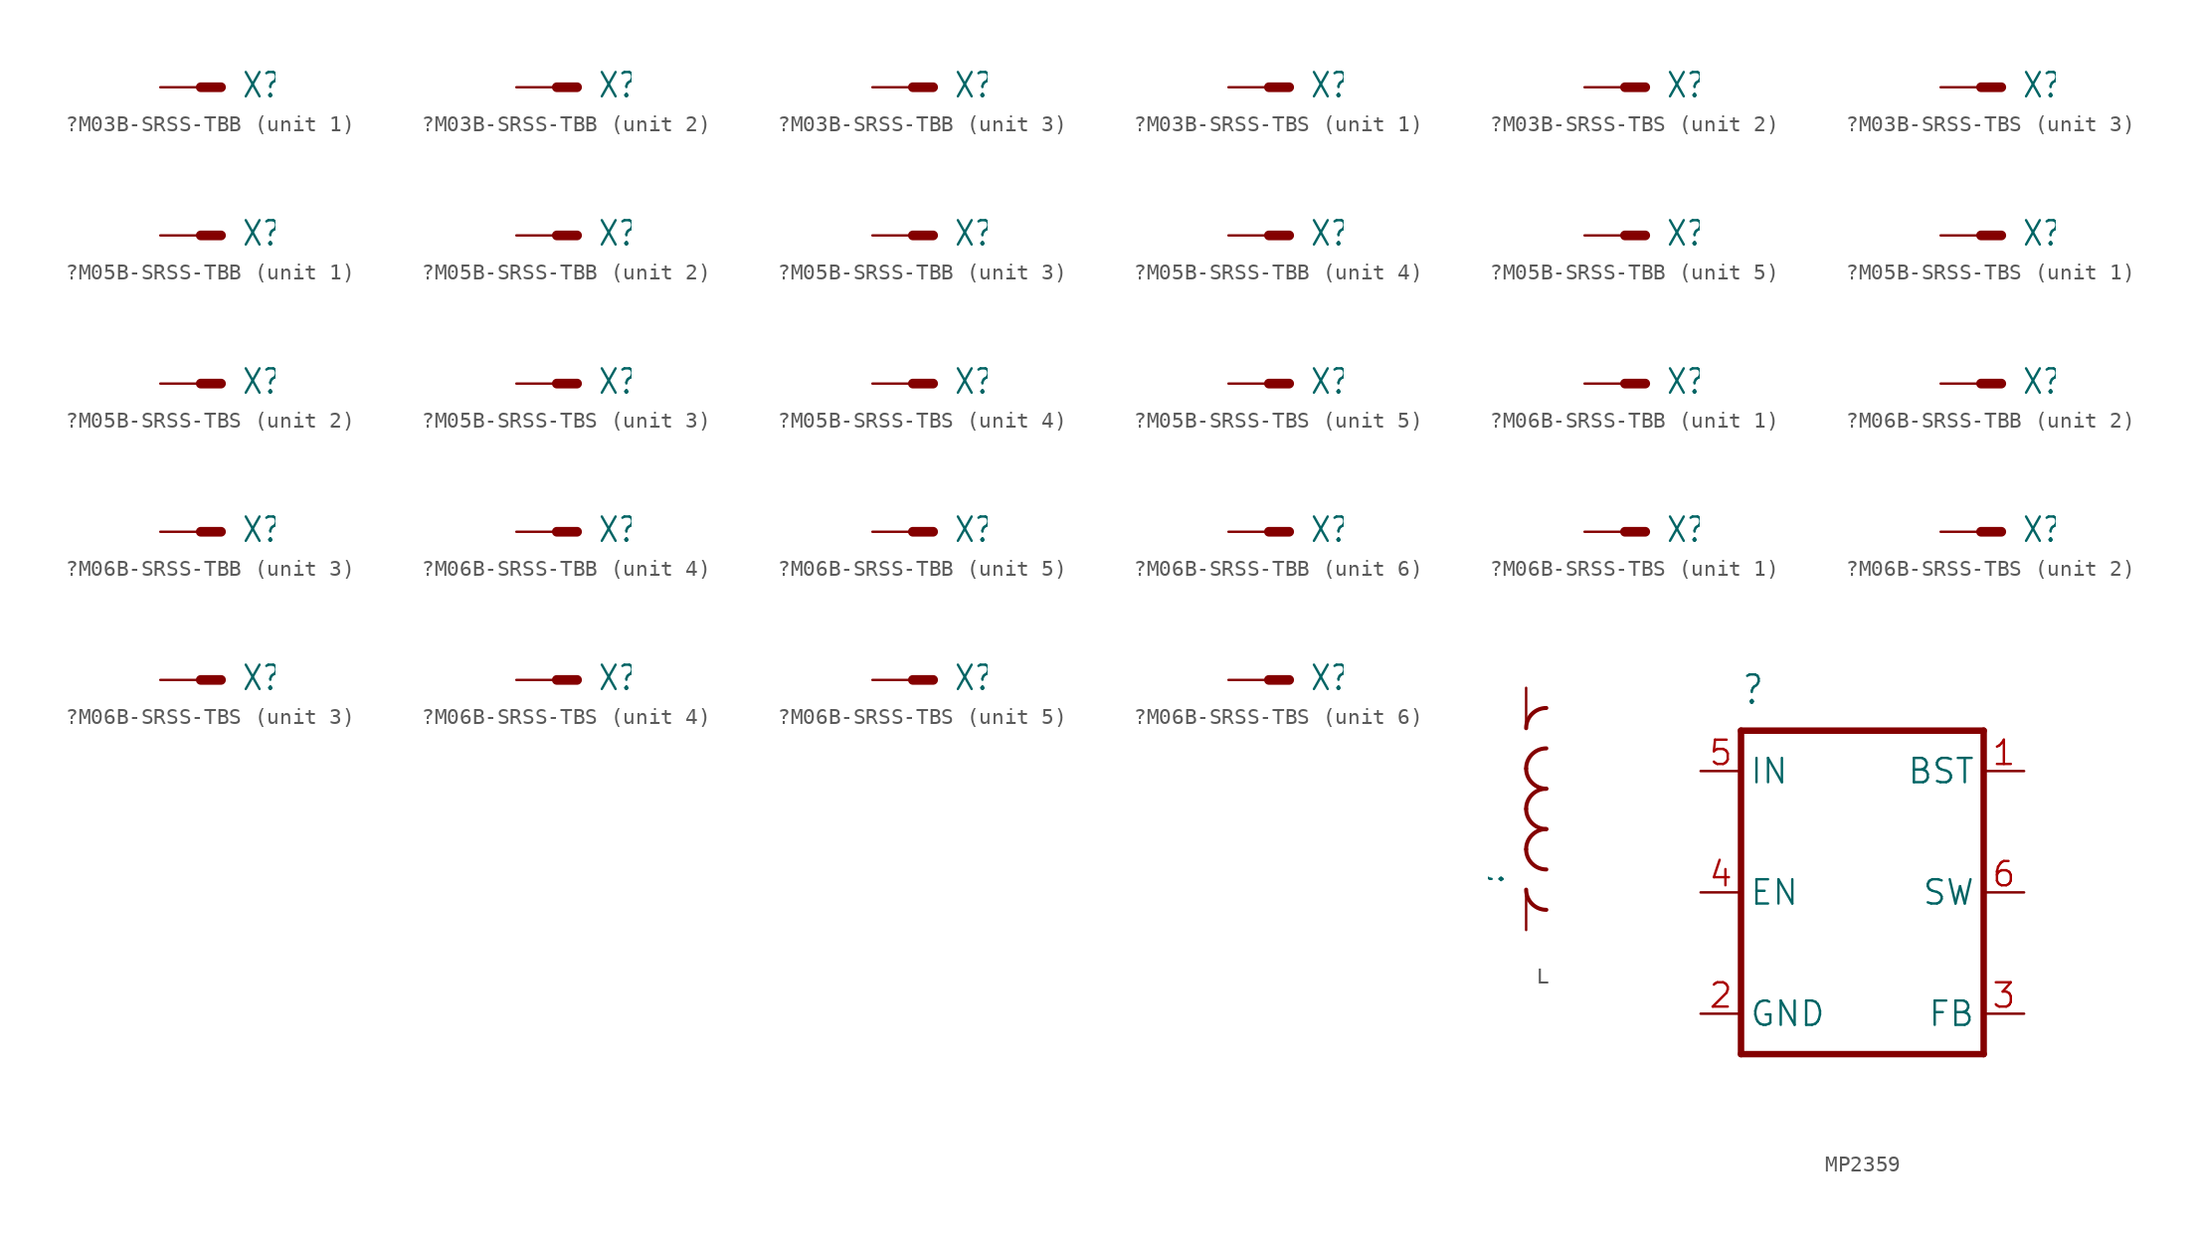
<source format=kicad_sym>
(kicad_symbol_lib
  (version 20241209)
  (generator "kicad_symbol_editor")
  (generator_version "9.0")
  (symbol "?M03B-SRSS-TBB"
    (property "Reference" "X"
      (at 2.54 -0.762 0)
      (effects (font (size 1.524 1.295)) (justify left bottom)))
    (property "ki_locked" ""
      (at 0 0 0)
      (effects (font (size 1.27 1.27))))
    (symbol "?M03B-SRSS-TBB_1_0"
      (polyline (pts (xy 1.27 0) (xy 0 0)) (stroke (width 0.61) (type solid)) (fill (type none)))
      (pin passive line (at -2.54 0 0) (length 2.54) (name "S" (effects (font (size 0 0)))) (number "1" (effects (font (size 0 0))))))
    (symbol "?M03B-SRSS-TBB_2_0"
      (polyline (pts (xy 1.27 0) (xy 0 0)) (stroke (width 0.61) (type solid)) (fill (type none)))
      (pin passive line (at -2.54 0 0) (length 2.54) (name "S" (effects (font (size 0 0)))) (number "2" (effects (font (size 0 0))))))
    (symbol "?M03B-SRSS-TBB_3_0"
      (polyline (pts (xy 1.27 0) (xy 0 0)) (stroke (width 0.61) (type solid)) (fill (type none)))
      (pin passive line (at -2.54 0 0) (length 2.54) (name "S" (effects (font (size 0 0)))) (number "3" (effects (font (size 0 0)))))))
  (symbol "?M03B-SRSS-TBS"
    (property "Reference" "X"
      (at 2.54 -0.762 0)
      (effects (font (size 1.524 1.295)) (justify left bottom)))
    (property "ki_locked" ""
      (at 0 0 0)
      (effects (font (size 1.27 1.27))))
    (symbol "?M03B-SRSS-TBS_1_0"
      (polyline (pts (xy 1.27 0) (xy 0 0)) (stroke (width 0.61) (type solid)) (fill (type none)))
      (pin passive line (at -2.54 0 0) (length 2.54) (name "S" (effects (font (size 0 0)))) (number "1" (effects (font (size 0 0))))))
    (symbol "?M03B-SRSS-TBS_2_0"
      (polyline (pts (xy 1.27 0) (xy 0 0)) (stroke (width 0.61) (type solid)) (fill (type none)))
      (pin passive line (at -2.54 0 0) (length 2.54) (name "S" (effects (font (size 0 0)))) (number "2" (effects (font (size 0 0))))))
    (symbol "?M03B-SRSS-TBS_3_0"
      (polyline (pts (xy 1.27 0) (xy 0 0)) (stroke (width 0.61) (type solid)) (fill (type none)))
      (pin passive line (at -2.54 0 0) (length 2.54) (name "S" (effects (font (size 0 0)))) (number "3" (effects (font (size 0 0)))))))
  (symbol "?M05B-SRSS-TBB"
    (property "Reference" "X"
      (at 2.54 -0.762 0)
      (effects (font (size 1.524 1.295)) (justify left bottom)))
    (property "ki_locked" ""
      (at 0 0 0)
      (effects (font (size 1.27 1.27))))
    (symbol "?M05B-SRSS-TBB_1_0"
      (polyline (pts (xy 1.27 0) (xy 0 0)) (stroke (width 0.61) (type solid)) (fill (type none)))
      (pin passive line (at -2.54 0 0) (length 2.54) (name "S" (effects (font (size 0 0)))) (number "1" (effects (font (size 0 0))))))
    (symbol "?M05B-SRSS-TBB_2_0"
      (polyline (pts (xy 1.27 0) (xy 0 0)) (stroke (width 0.61) (type solid)) (fill (type none)))
      (pin passive line (at -2.54 0 0) (length 2.54) (name "S" (effects (font (size 0 0)))) (number "2" (effects (font (size 0 0))))))
    (symbol "?M05B-SRSS-TBB_3_0"
      (polyline (pts (xy 1.27 0) (xy 0 0)) (stroke (width 0.61) (type solid)) (fill (type none)))
      (pin passive line (at -2.54 0 0) (length 2.54) (name "S" (effects (font (size 0 0)))) (number "3" (effects (font (size 0 0))))))
    (symbol "?M05B-SRSS-TBB_4_0"
      (polyline (pts (xy 1.27 0) (xy 0 0)) (stroke (width 0.61) (type solid)) (fill (type none)))
      (pin passive line (at -2.54 0 0) (length 2.54) (name "S" (effects (font (size 0 0)))) (number "4" (effects (font (size 0 0))))))
    (symbol "?M05B-SRSS-TBB_5_0"
      (polyline (pts (xy 1.27 0) (xy 0 0)) (stroke (width 0.61) (type solid)) (fill (type none)))
      (pin passive line (at -2.54 0 0) (length 2.54) (name "S" (effects (font (size 0 0)))) (number "5" (effects (font (size 0 0)))))))
  (symbol "?M05B-SRSS-TBS"
    (property "Reference" "X"
      (at 2.54 -0.762 0)
      (effects (font (size 1.524 1.295)) (justify left bottom)))
    (property "ki_locked" ""
      (at 0 0 0)
      (effects (font (size 1.27 1.27))))
    (symbol "?M05B-SRSS-TBS_1_0"
      (polyline (pts (xy 1.27 0) (xy 0 0)) (stroke (width 0.61) (type solid)) (fill (type none)))
      (pin passive line (at -2.54 0 0) (length 2.54) (name "S" (effects (font (size 0 0)))) (number "1" (effects (font (size 0 0))))))
    (symbol "?M05B-SRSS-TBS_2_0"
      (polyline (pts (xy 1.27 0) (xy 0 0)) (stroke (width 0.61) (type solid)) (fill (type none)))
      (pin passive line (at -2.54 0 0) (length 2.54) (name "S" (effects (font (size 0 0)))) (number "2" (effects (font (size 0 0))))))
    (symbol "?M05B-SRSS-TBS_3_0"
      (polyline (pts (xy 1.27 0) (xy 0 0)) (stroke (width 0.61) (type solid)) (fill (type none)))
      (pin passive line (at -2.54 0 0) (length 2.54) (name "S" (effects (font (size 0 0)))) (number "3" (effects (font (size 0 0))))))
    (symbol "?M05B-SRSS-TBS_4_0"
      (polyline (pts (xy 1.27 0) (xy 0 0)) (stroke (width 0.61) (type solid)) (fill (type none)))
      (pin passive line (at -2.54 0 0) (length 2.54) (name "S" (effects (font (size 0 0)))) (number "4" (effects (font (size 0 0))))))
    (symbol "?M05B-SRSS-TBS_5_0"
      (polyline (pts (xy 1.27 0) (xy 0 0)) (stroke (width 0.61) (type solid)) (fill (type none)))
      (pin passive line (at -2.54 0 0) (length 2.54) (name "S" (effects (font (size 0 0)))) (number "5" (effects (font (size 0 0)))))))
  (symbol "?M06B-SRSS-TBB"
    (property "Reference" "X"
      (at 2.54 -0.762 0)
      (effects (font (size 1.524 1.295)) (justify left bottom)))
    (property "ki_locked" ""
      (at 0 0 0)
      (effects (font (size 1.27 1.27))))
    (symbol "?M06B-SRSS-TBB_1_0"
      (polyline (pts (xy 1.27 0) (xy 0 0)) (stroke (width 0.61) (type solid)) (fill (type none)))
      (pin passive line (at -2.54 0 0) (length 2.54) (name "S" (effects (font (size 0 0)))) (number "1" (effects (font (size 0 0))))))
    (symbol "?M06B-SRSS-TBB_2_0"
      (polyline (pts (xy 1.27 0) (xy 0 0)) (stroke (width 0.61) (type solid)) (fill (type none)))
      (pin passive line (at -2.54 0 0) (length 2.54) (name "S" (effects (font (size 0 0)))) (number "2" (effects (font (size 0 0))))))
    (symbol "?M06B-SRSS-TBB_3_0"
      (polyline (pts (xy 1.27 0) (xy 0 0)) (stroke (width 0.61) (type solid)) (fill (type none)))
      (pin passive line (at -2.54 0 0) (length 2.54) (name "S" (effects (font (size 0 0)))) (number "3" (effects (font (size 0 0))))))
    (symbol "?M06B-SRSS-TBB_4_0"
      (polyline (pts (xy 1.27 0) (xy 0 0)) (stroke (width 0.61) (type solid)) (fill (type none)))
      (pin passive line (at -2.54 0 0) (length 2.54) (name "S" (effects (font (size 0 0)))) (number "4" (effects (font (size 0 0))))))
    (symbol "?M06B-SRSS-TBB_5_0"
      (polyline (pts (xy 1.27 0) (xy 0 0)) (stroke (width 0.61) (type solid)) (fill (type none)))
      (pin passive line (at -2.54 0 0) (length 2.54) (name "S" (effects (font (size 0 0)))) (number "5" (effects (font (size 0 0))))))
    (symbol "?M06B-SRSS-TBB_6_0"
      (polyline (pts (xy 1.27 0) (xy 0 0)) (stroke (width 0.61) (type solid)) (fill (type none)))
      (pin passive line (at -2.54 0 0) (length 2.54) (name "S" (effects (font (size 0 0)))) (number "6" (effects (font (size 0 0)))))))
  (symbol "?M06B-SRSS-TBS"
    (property "Reference" "X"
      (at 2.54 -0.762 0)
      (effects (font (size 1.524 1.295)) (justify left bottom)))
    (property "ki_locked" ""
      (at 0 0 0)
      (effects (font (size 1.27 1.27))))
    (symbol "?M06B-SRSS-TBS_1_0"
      (polyline (pts (xy 1.27 0) (xy 0 0)) (stroke (width 0.61) (type solid)) (fill (type none)))
      (pin passive line (at -2.54 0 0) (length 2.54) (name "S" (effects (font (size 0 0)))) (number "1" (effects (font (size 0 0))))))
    (symbol "?M06B-SRSS-TBS_2_0"
      (polyline (pts (xy 1.27 0) (xy 0 0)) (stroke (width 0.61) (type solid)) (fill (type none)))
      (pin passive line (at -2.54 0 0) (length 2.54) (name "S" (effects (font (size 0 0)))) (number "2" (effects (font (size 0 0))))))
    (symbol "?M06B-SRSS-TBS_3_0"
      (polyline (pts (xy 1.27 0) (xy 0 0)) (stroke (width 0.61) (type solid)) (fill (type none)))
      (pin passive line (at -2.54 0 0) (length 2.54) (name "S" (effects (font (size 0 0)))) (number "3" (effects (font (size 0 0))))))
    (symbol "?M06B-SRSS-TBS_4_0"
      (polyline (pts (xy 1.27 0) (xy 0 0)) (stroke (width 0.61) (type solid)) (fill (type none)))
      (pin passive line (at -2.54 0 0) (length 2.54) (name "S" (effects (font (size 0 0)))) (number "4" (effects (font (size 0 0))))))
    (symbol "?M06B-SRSS-TBS_5_0"
      (polyline (pts (xy 1.27 0) (xy 0 0)) (stroke (width 0.61) (type solid)) (fill (type none)))
      (pin passive line (at -2.54 0 0) (length 2.54) (name "S" (effects (font (size 0 0)))) (number "5" (effects (font (size 0 0))))))
    (symbol "?M06B-SRSS-TBS_6_0"
      (polyline (pts (xy 1.27 0) (xy 0 0)) (stroke (width 0.61) (type solid)) (fill (type none)))
      (pin passive line (at -2.54 0 0) (length 2.54) (name "S" (effects (font (size 0 0)))) (number "6" (effects (font (size 0 0)))))))
  (symbol "L"
    (property "Reference" ""
      (at -1.27 -5.08 90)
      (effects (font (size 1.778 1.511)) (justify left bottom)))
    (property "Value" ""
      (at 3.81 -5.08 90)
      (effects (font (size 1.778 1.511)) (justify left bottom)))
    (property "ki_locked" ""
      (at 0 0 0)
      (effects (font (size 1.27 1.27))))
    (symbol "L_1_0"
      (arc (start 0 5.08) (mid 0.372 5.978) (end 1.27 6.35) (stroke (width 0.254) (type solid)) (fill (type none)))
      (arc (start 0 2.54) (mid 0.372 3.438) (end 1.27 3.81) (stroke (width 0.254) (type solid)) (fill (type none)))
      (arc (start 1.27 1.27) (mid 0.372 1.642) (end 0 2.54) (stroke (width 0.254) (type solid)) (fill (type none)))
      (arc (start 0 0) (mid 0.372 0.898) (end 1.27 1.27) (stroke (width 0.254) (type solid)) (fill (type none)))
      (arc (start 1.27 -1.27) (mid 0.372 -0.898) (end 0 0) (stroke (width 0.254) (type solid)) (fill (type none)))
      (arc (start 0 -2.54) (mid 0.372 -1.642) (end 1.27 -1.27) (stroke (width 0.254) (type solid)) (fill (type none)))
      (arc (start 1.27 -3.81) (mid 0.372 -3.438) (end 0 -2.54) (stroke (width 0.254) (type solid)) (fill (type none)))
      (arc (start 1.27 -6.35) (mid 0.372 -5.978) (end 0 -5.08) (stroke (width 0.254) (type solid)) (fill (type none)))
      (pin passive line (at 0 7.62 270) (length 2.54) (name "1" (effects (font (size 0 0)))) (number "1" (effects (font (size 0 0)))))
      (pin passive line (at 0 -7.62 90) (length 2.54) (name "2" (effects (font (size 0 0)))) (number "2" (effects (font (size 0 0)))))))
  (symbol "MP2359"
    (property "Reference" ""
      (at -7.62 9.144 0)
      (effects (font (size 1.778 1.511)) (justify left bottom)))
    (property "Value" ""
      (at -7.366 -16.002 0)
      (effects (font (size 1.778 1.511)) (justify left bottom)))
    (property "ki_locked" ""
      (at 0 0 0)
      (effects (font (size 1.27 1.27))))
    (symbol "MP2359_1_0"
      (polyline (pts (xy -7.62 7.62) (xy -7.62 -12.7)) (stroke (width 0.406) (type solid)) (fill (type none)))
      (polyline (pts (xy -7.62 -12.7) (xy 7.62 -12.7)) (stroke (width 0.406) (type solid)) (fill (type none)))
      (polyline (pts (xy 7.62 7.62) (xy -7.62 7.62)) (stroke (width 0.406) (type solid)) (fill (type none)))
      (polyline (pts (xy 7.62 -12.7) (xy 7.62 7.62)) (stroke (width 0.406) (type solid)) (fill (type none)))
      (pin power_in line (at -10.16 5.08 0) (length 2.54) (name "IN" (effects (font (size 1.524 1.524)))) (number "5" (effects (font (size 1.524 1.524)))))
      (pin input line (at -10.16 -2.54 0) (length 2.54) (name "EN" (effects (font (size 1.524 1.524)))) (number "4" (effects (font (size 1.524 1.524)))))
      (pin power_in line (at -10.16 -10.16 0) (length 2.54) (name "GND" (effects (font (size 1.524 1.524)))) (number "2" (effects (font (size 1.524 1.524)))))
      (pin output line (at 10.16 5.08 180) (length 2.54) (name "BST" (effects (font (size 1.524 1.524)))) (number "1" (effects (font (size 1.524 1.524)))))
      (pin output line (at 10.16 -2.54 180) (length 2.54) (name "SW" (effects (font (size 1.524 1.524)))) (number "6" (effects (font (size 1.524 1.524)))))
      (pin input line (at 10.16 -10.16 180) (length 2.54) (name "FB" (effects (font (size 1.524 1.524)))) (number "3" (effects (font (size 1.524 1.524))))))))
</source>
